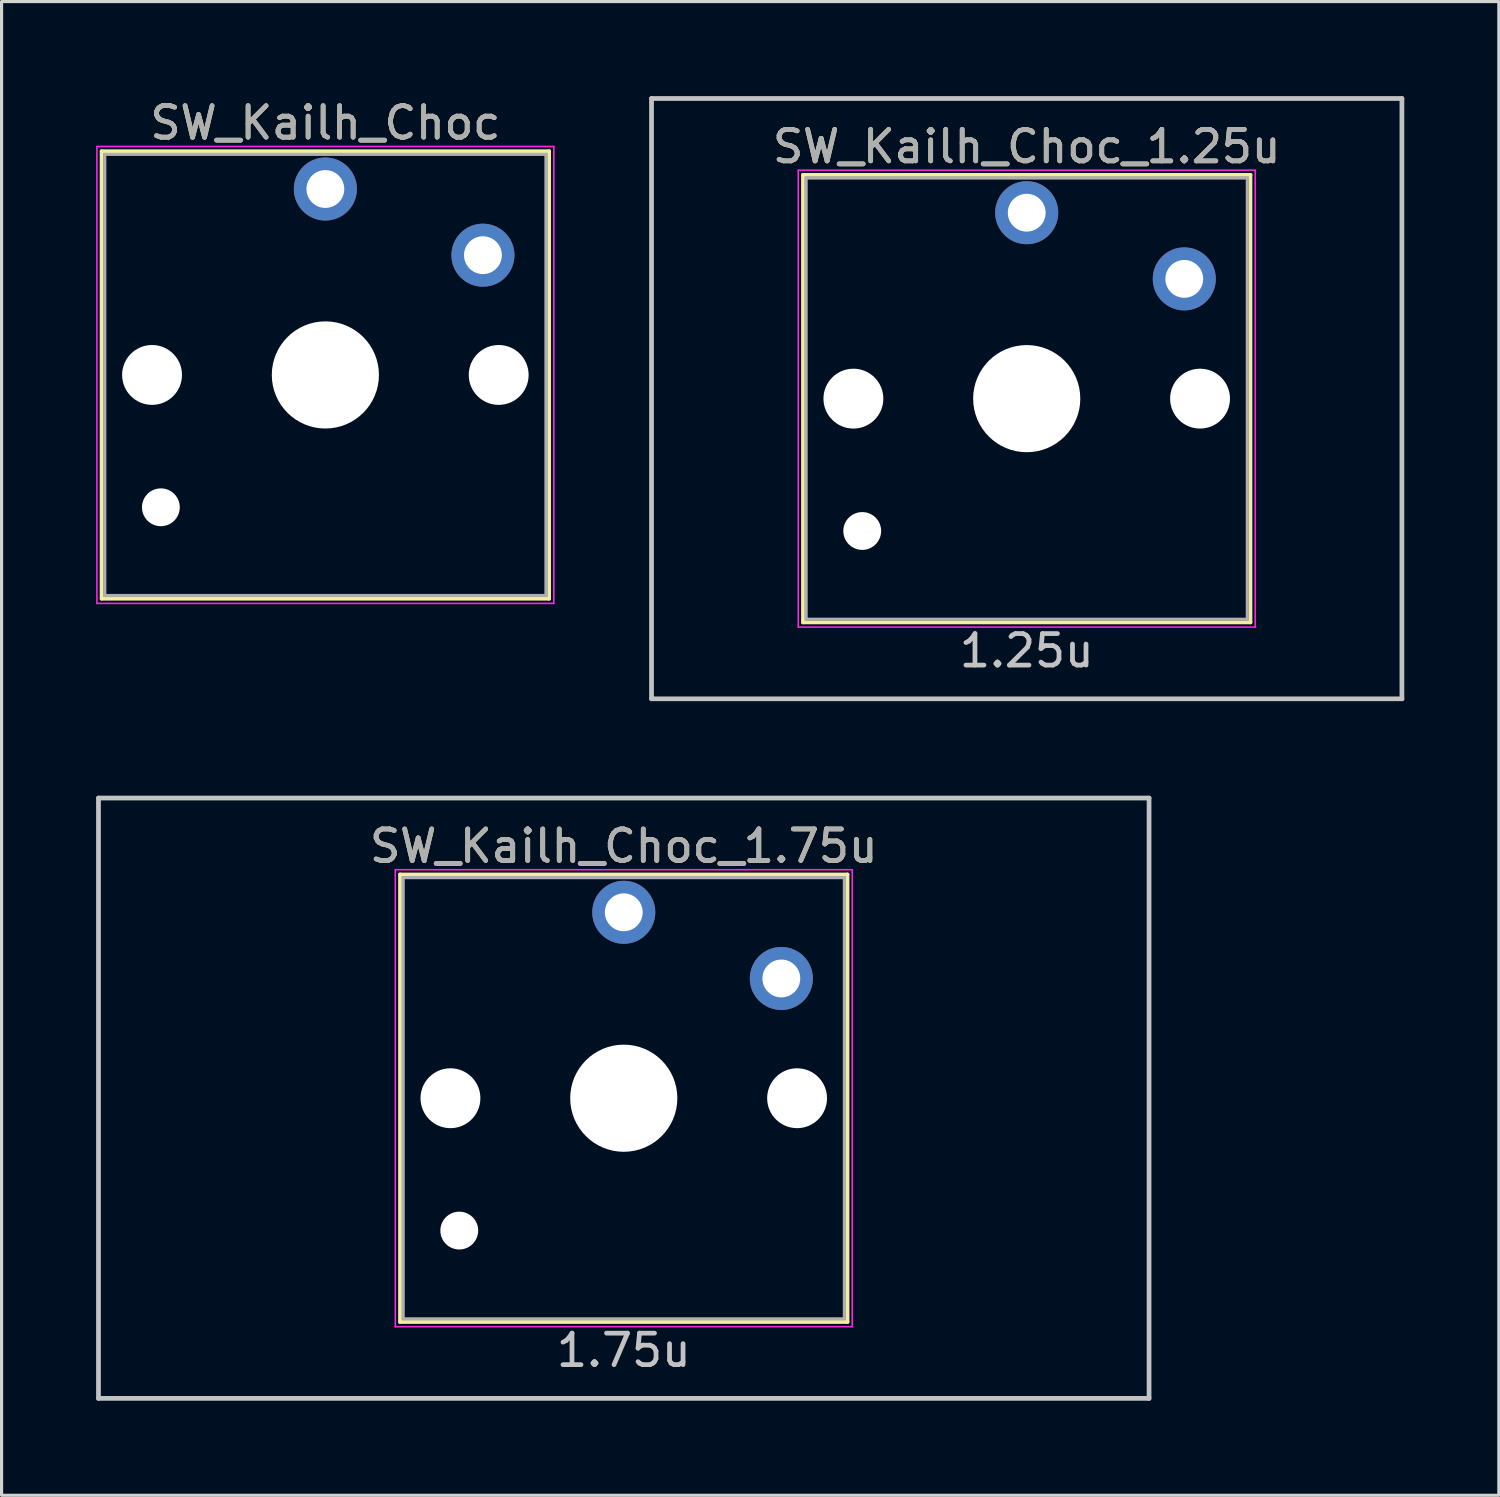
<source format=kicad_pcb>
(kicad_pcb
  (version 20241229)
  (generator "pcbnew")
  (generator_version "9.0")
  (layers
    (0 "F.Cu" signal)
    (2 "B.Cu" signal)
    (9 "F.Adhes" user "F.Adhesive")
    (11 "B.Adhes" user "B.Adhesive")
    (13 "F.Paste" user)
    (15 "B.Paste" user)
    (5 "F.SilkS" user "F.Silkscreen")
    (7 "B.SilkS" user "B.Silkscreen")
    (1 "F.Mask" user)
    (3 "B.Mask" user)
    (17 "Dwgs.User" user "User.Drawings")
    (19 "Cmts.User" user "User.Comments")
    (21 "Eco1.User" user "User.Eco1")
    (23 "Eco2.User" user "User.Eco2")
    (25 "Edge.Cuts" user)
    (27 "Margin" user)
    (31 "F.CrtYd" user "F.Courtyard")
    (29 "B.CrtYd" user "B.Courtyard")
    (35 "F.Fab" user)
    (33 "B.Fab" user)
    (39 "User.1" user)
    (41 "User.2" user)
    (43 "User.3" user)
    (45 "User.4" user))
  (footprint "SW_Kailh_Choc_1.25u"
    (layer "F.Cu")
    (at 29.531 9.6)
    (property "Reference" "SW_Kailh_Choc_1.25u" (at 0 -8 0) (layer "F.SilkS") (effects (font (size 1 1) (thickness 0.15))))
    (attr through_hole)
    (fp_line (start -7.1 -7.1) (end 7.1 -7.1) (stroke (width 0.12) (type solid)) (layer "F.SilkS"))
    (fp_line (start -7.1 7.1) (end -7.1 -7.1) (stroke (width 0.12) (type solid)) (layer "F.SilkS"))
    (fp_line (start 7.1 -7.1) (end 7.1 7.1) (stroke (width 0.12) (type solid)) (layer "F.SilkS"))
    (fp_line (start 7.1 7.1) (end -7.1 7.1) (stroke (width 0.12) (type solid)) (layer "F.SilkS"))
    (fp_line (start -11.906 -9.525) (end 11.906 -9.525) (stroke (width 0.15) (type solid)) (layer "Dwgs.User"))
    (fp_line (start -11.906 9.525) (end -11.906 -9.525) (stroke (width 0.15) (type solid)) (layer "Dwgs.User"))
    (fp_line (start 11.906 -9.525) (end 11.906 9.525) (stroke (width 0.15) (type solid)) (layer "Dwgs.User"))
    (fp_line (start 11.906 9.525) (end -11.906 9.525) (stroke (width 0.15) (type solid)) (layer "Dwgs.User"))
    (fp_line (start -7.25 -7.25) (end 7.25 -7.25) (stroke (width 0.05) (type solid)) (layer "F.CrtYd"))
    (fp_line (start -7.25 7.25) (end -7.25 -7.25) (stroke (width 0.05) (type solid)) (layer "F.CrtYd"))
    (fp_line (start 7.25 -7.25) (end 7.25 7.25) (stroke (width 0.05) (type solid)) (layer "F.CrtYd"))
    (fp_line (start 7.25 7.25) (end -7.25 7.25) (stroke (width 0.05) (type solid)) (layer "F.CrtYd"))
    (fp_line (start -7 -7) (end 7 -7) (stroke (width 0.1) (type solid)) (layer "F.Fab"))
    (fp_line (start -7 7) (end -7 -7) (stroke (width 0.1) (type solid)) (layer "F.Fab"))
    (fp_line (start 7 -7) (end 7 7) (stroke (width 0.1) (type solid)) (layer "F.Fab"))
    (fp_line (start 7 7) (end -7 7) (stroke (width 0.1) (type solid)) (layer "F.Fab"))
    (fp_text user "1.25u" (at 0 8 0) (layer "Dwgs.User") (effects (font (size 1 1) (thickness 0.15))))
    (fp_text user "${REFERENCE}" (at 0 -8 0) (layer "F.Fab") (effects (font (size 1 1) (thickness 0.15))))
    (pad "" np_thru_hole circle (at -5.5 0 48.1) (size 1.9 1.9) (drill 1.9) (layers "*.Cu" "*.Mask"))
    (pad "" np_thru_hole circle (at -5.22 4.2) (size 1.2 1.2) (drill 1.2) (layers "*.Cu" "*.Mask"))
    (pad "" np_thru_hole circle (at 0 0) (size 3.4 3.4) (drill 3.4) (layers "*.Cu" "*.Mask"))
    (pad "" np_thru_hole circle (at 5.5 0 48.1) (size 1.9 1.9) (drill 1.9) (layers "*.Cu" "*.Mask"))
    (pad "1" thru_hole circle (at 5 -3.8) (size 2 2) (drill 1.2) (layers "*.Cu" "B.Mask"))
    (pad "2" thru_hole circle (at 0 -5.9) (size 2 2) (drill 1.2) (layers "*.Cu" "B.Mask")))
  (footprint "SW_Kailh_Choc_1.75u"
    (layer "F.Cu")
    (at 16.744 31.8)
    (property "Reference" "SW_Kailh_Choc_1.75u" (at 0 -8 0) (layer "F.SilkS") (effects (font (size 1 1) (thickness 0.15))))
    (attr through_hole)
    (fp_line (start -7.1 -7.1) (end 7.1 -7.1) (stroke (width 0.12) (type solid)) (layer "F.SilkS"))
    (fp_line (start -7.1 7.1) (end -7.1 -7.1) (stroke (width 0.12) (type solid)) (layer "F.SilkS"))
    (fp_line (start 7.1 -7.1) (end 7.1 7.1) (stroke (width 0.12) (type solid)) (layer "F.SilkS"))
    (fp_line (start 7.1 7.1) (end -7.1 7.1) (stroke (width 0.12) (type solid)) (layer "F.SilkS"))
    (fp_line (start -16.669 -9.525) (end 16.669 -9.525) (stroke (width 0.15) (type solid)) (layer "Dwgs.User"))
    (fp_line (start -16.669 9.525) (end -16.669 -9.525) (stroke (width 0.15) (type solid)) (layer "Dwgs.User"))
    (fp_line (start 16.669 -9.525) (end 16.669 9.525) (stroke (width 0.15) (type solid)) (layer "Dwgs.User"))
    (fp_line (start 16.669 9.525) (end -16.669 9.525) (stroke (width 0.15) (type solid)) (layer "Dwgs.User"))
    (fp_line (start -7.25 -7.25) (end 7.25 -7.25) (stroke (width 0.05) (type solid)) (layer "F.CrtYd"))
    (fp_line (start -7.25 7.25) (end -7.25 -7.25) (stroke (width 0.05) (type solid)) (layer "F.CrtYd"))
    (fp_line (start 7.25 -7.25) (end 7.25 7.25) (stroke (width 0.05) (type solid)) (layer "F.CrtYd"))
    (fp_line (start 7.25 7.25) (end -7.25 7.25) (stroke (width 0.05) (type solid)) (layer "F.CrtYd"))
    (fp_line (start -7 -7) (end 7 -7) (stroke (width 0.1) (type solid)) (layer "F.Fab"))
    (fp_line (start -7 7) (end -7 -7) (stroke (width 0.1) (type solid)) (layer "F.Fab"))
    (fp_line (start 7 -7) (end 7 7) (stroke (width 0.1) (type solid)) (layer "F.Fab"))
    (fp_line (start 7 7) (end -7 7) (stroke (width 0.1) (type solid)) (layer "F.Fab"))
    (fp_text user "1.75u" (at 0 8 0) (layer "Dwgs.User") (effects (font (size 1 1) (thickness 0.15))))
    (fp_text user "${REFERENCE}" (at 0 -8 0) (layer "F.Fab") (effects (font (size 1 1) (thickness 0.15))))
    (pad "" np_thru_hole circle (at -5.5 0 48.1) (size 1.9 1.9) (drill 1.9) (layers "*.Cu" "*.Mask"))
    (pad "" np_thru_hole circle (at -5.22 4.2) (size 1.2 1.2) (drill 1.2) (layers "*.Cu" "*.Mask"))
    (pad "" np_thru_hole circle (at 0 0) (size 3.4 3.4) (drill 3.4) (layers "*.Cu" "*.Mask"))
    (pad "" np_thru_hole circle (at 5.5 0 48.1) (size 1.9 1.9) (drill 1.9) (layers "*.Cu" "*.Mask"))
    (pad "1" thru_hole circle (at 5 -3.8) (size 2 2) (drill 1.2) (layers "*.Cu" "B.Mask"))
    (pad "2" thru_hole circle (at 0 -5.9) (size 2 2) (drill 1.2) (layers "*.Cu" "B.Mask")))
  (footprint "SW_Kailh_Choc"
    (layer "F.Cu")
    (at 7.275 8.848)
    (property "Reference" "SW_Kailh_Choc" (at 0 -8 0) (layer "F.SilkS") (effects (font (size 1 1) (thickness 0.15))))
    (attr through_hole)
    (fp_line (start -7.1 -7.1) (end 7.1 -7.1) (stroke (width 0.12) (type solid)) (layer "F.SilkS"))
    (fp_line (start -7.1 7.1) (end -7.1 -7.1) (stroke (width 0.12) (type solid)) (layer "F.SilkS"))
    (fp_line (start 7.1 -7.1) (end 7.1 7.1) (stroke (width 0.12) (type solid)) (layer "F.SilkS"))
    (fp_line (start 7.1 7.1) (end -7.1 7.1) (stroke (width 0.12) (type solid)) (layer "F.SilkS"))
    (fp_line (start -7.25 -7.25) (end 7.25 -7.25) (stroke (width 0.05) (type solid)) (layer "F.CrtYd"))
    (fp_line (start -7.25 7.25) (end -7.25 -7.25) (stroke (width 0.05) (type solid)) (layer "F.CrtYd"))
    (fp_line (start 7.25 -7.25) (end 7.25 7.25) (stroke (width 0.05) (type solid)) (layer "F.CrtYd"))
    (fp_line (start 7.25 7.25) (end -7.25 7.25) (stroke (width 0.05) (type solid)) (layer "F.CrtYd"))
    (fp_line (start -7 -7) (end 7 -7) (stroke (width 0.1) (type solid)) (layer "F.Fab"))
    (fp_line (start -7 7) (end -7 -7) (stroke (width 0.1) (type solid)) (layer "F.Fab"))
    (fp_line (start 7 -7) (end 7 7) (stroke (width 0.1) (type solid)) (layer "F.Fab"))
    (fp_line (start 7 7) (end -7 7) (stroke (width 0.1) (type solid)) (layer "F.Fab"))
    (fp_text user "${REFERENCE}" (at 0 -8 0) (layer "F.Fab") (effects (font (size 1 1) (thickness 0.15))))
    (pad "" np_thru_hole circle (at -5.5 0 48.1) (size 1.9 1.9) (drill 1.9) (layers "*.Cu" "*.Mask"))
    (pad "" np_thru_hole circle (at -5.22 4.2) (size 1.2 1.2) (drill 1.2) (layers "*.Cu" "*.Mask"))
    (pad "" np_thru_hole circle (at 0 0) (size 3.4 3.4) (drill 3.4) (layers "*.Cu" "*.Mask"))
    (pad "" np_thru_hole circle (at 5.5 0 48.1) (size 1.9 1.9) (drill 1.9) (layers "*.Cu" "*.Mask"))
    (pad "1" thru_hole circle (at 5 -3.8) (size 2 2) (drill 1.2) (layers "*.Cu" "B.Mask"))
    (pad "2" thru_hole circle (at 0 -5.9) (size 2 2) (drill 1.2) (layers "*.Cu" "B.Mask")))
  (gr_rect
    (start -3 -3)
    (end 44.513 44.4)
    (stroke (width 0.1) (type default))
    (fill no)
    (layer "Edge.Cuts")))
</source>
